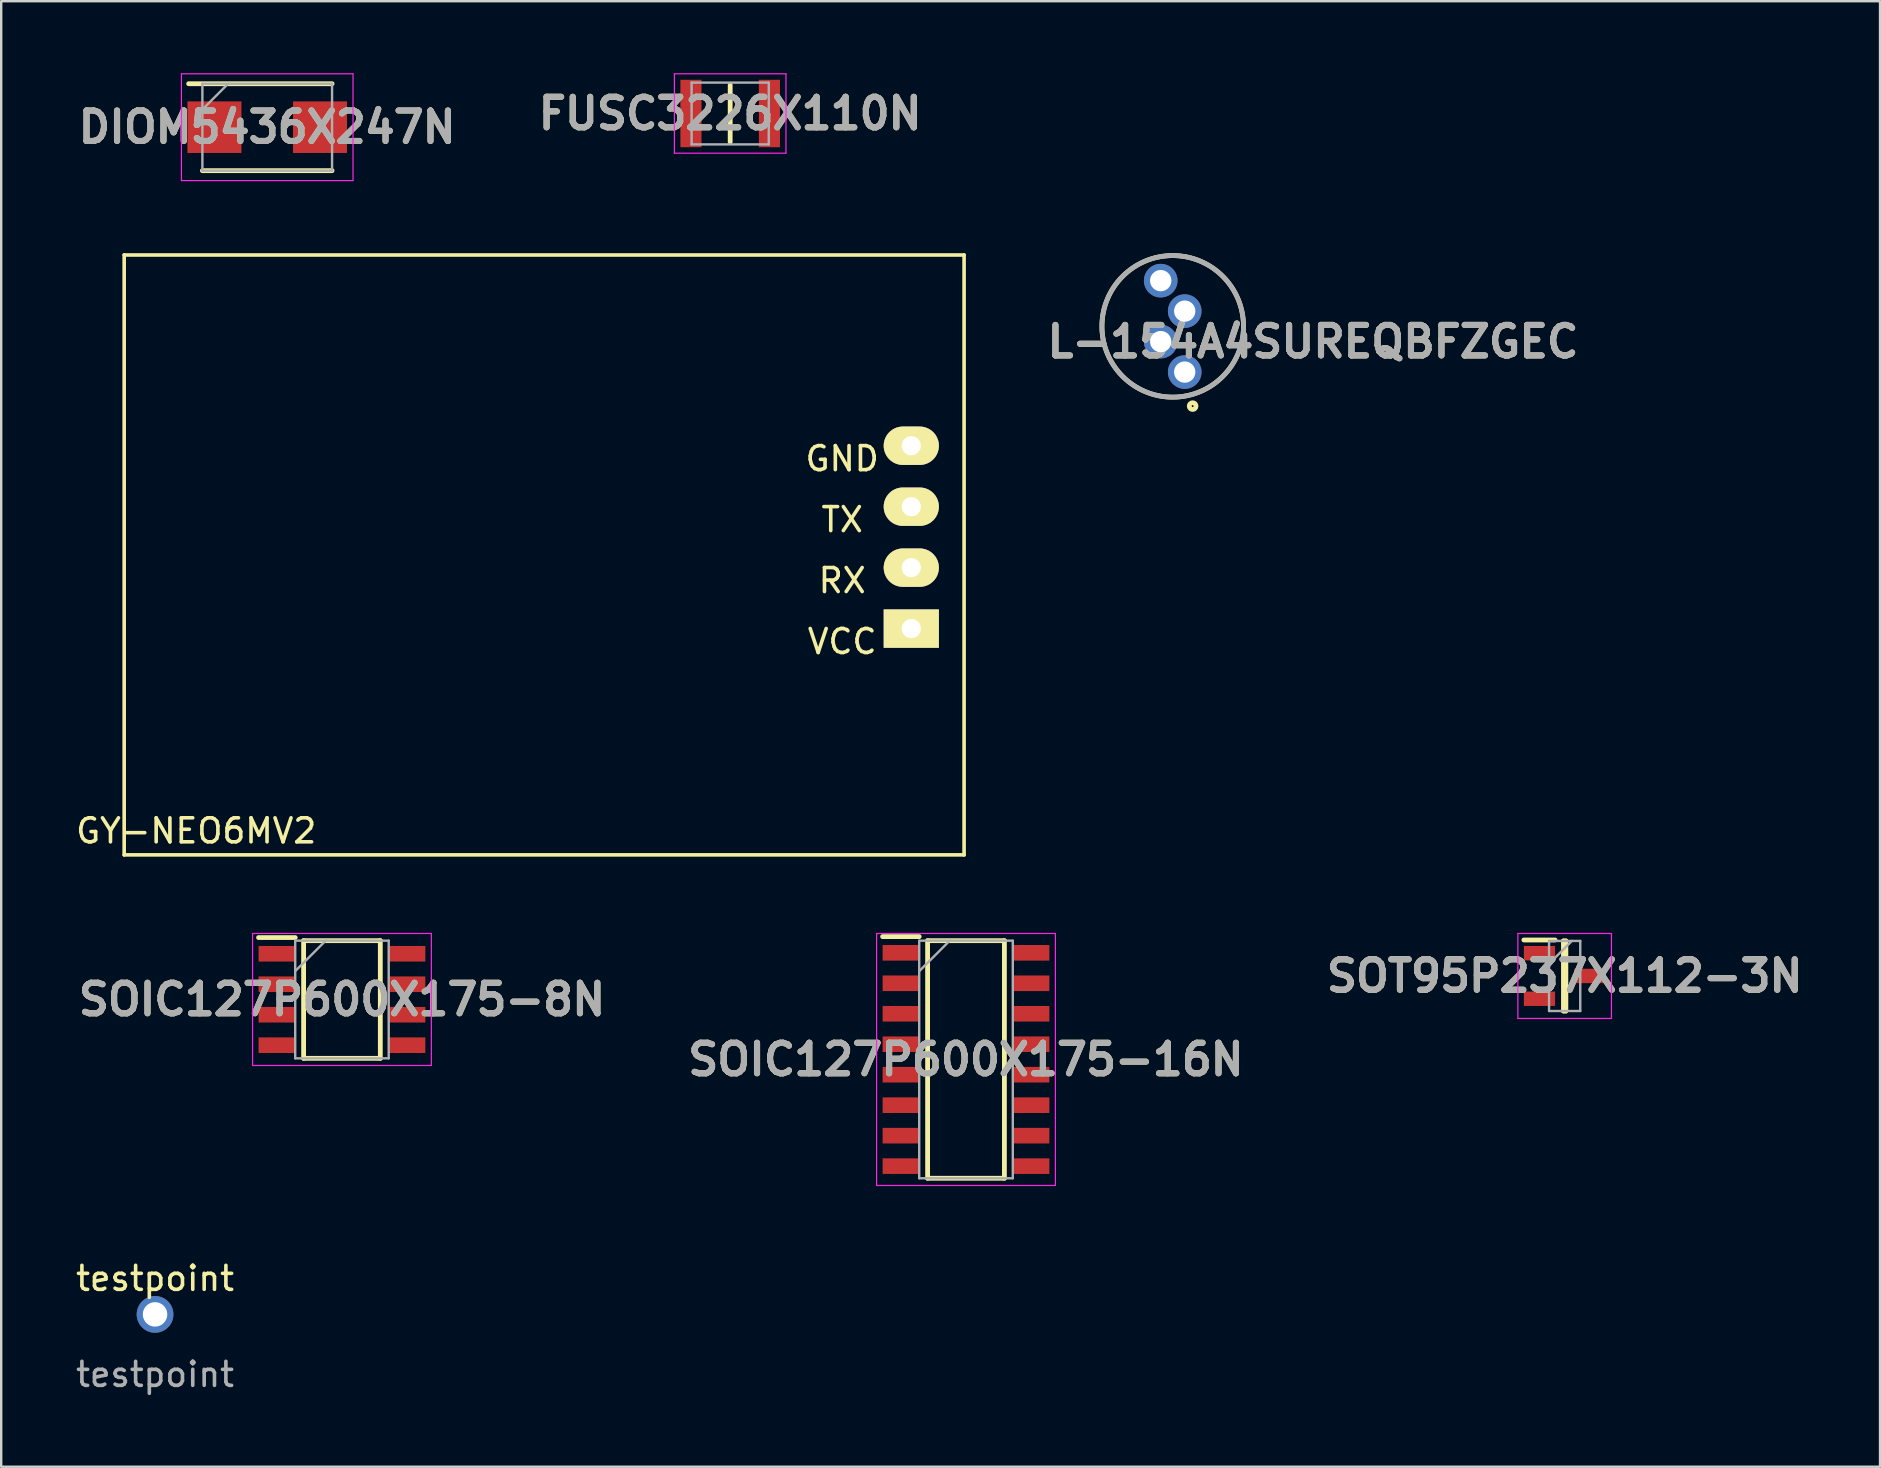
<source format=kicad_pcb>
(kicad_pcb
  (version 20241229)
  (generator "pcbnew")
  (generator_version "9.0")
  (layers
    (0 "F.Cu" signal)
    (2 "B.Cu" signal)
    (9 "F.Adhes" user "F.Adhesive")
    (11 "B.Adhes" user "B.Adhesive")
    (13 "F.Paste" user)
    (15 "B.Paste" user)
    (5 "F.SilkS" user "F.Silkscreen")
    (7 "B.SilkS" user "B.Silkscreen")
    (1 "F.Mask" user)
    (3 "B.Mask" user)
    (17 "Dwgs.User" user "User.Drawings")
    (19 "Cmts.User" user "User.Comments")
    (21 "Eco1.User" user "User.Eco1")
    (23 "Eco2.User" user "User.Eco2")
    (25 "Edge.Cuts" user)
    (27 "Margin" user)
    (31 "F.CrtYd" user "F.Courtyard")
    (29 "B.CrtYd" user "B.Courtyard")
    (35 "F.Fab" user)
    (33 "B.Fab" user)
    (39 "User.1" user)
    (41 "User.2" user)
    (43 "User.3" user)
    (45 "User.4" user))
  (footprint "DIOM5436X247N"
    (layer "F.Cu")
    (at 8.086 2.25)
    (property "Reference" "DIOM5436X247N" (at 0 0 0) (layer "F.SilkS") (effects (font (size 1.27 1.27) (thickness 0.254))))
    (attr smd)
    (fp_line (start -2.702 1.812) (end 2.702 1.812) (stroke (width 0.2) (type solid)) (layer "F.SilkS"))
    (fp_line (start 2.702 -1.812) (end -3.275 -1.812) (stroke (width 0.2) (type solid)) (layer "F.SilkS"))
    (fp_line (start -3.575 -2.225) (end 3.575 -2.225) (stroke (width 0.05) (type solid)) (layer "F.CrtYd"))
    (fp_line (start -3.575 2.225) (end -3.575 -2.225) (stroke (width 0.05) (type solid)) (layer "F.CrtYd"))
    (fp_line (start 3.575 -2.225) (end 3.575 2.225) (stroke (width 0.05) (type solid)) (layer "F.CrtYd"))
    (fp_line (start 3.575 2.225) (end -3.575 2.225) (stroke (width 0.05) (type solid)) (layer "F.CrtYd"))
    (fp_line (start -2.702 -1.812) (end 2.702 -1.812) (stroke (width 0.1) (type solid)) (layer "F.Fab"))
    (fp_line (start -2.702 -0.738) (end -1.628 -1.812) (stroke (width 0.1) (type solid)) (layer "F.Fab"))
    (fp_line (start -2.702 1.812) (end -2.702 -1.812) (stroke (width 0.1) (type solid)) (layer "F.Fab"))
    (fp_line (start 2.702 -1.812) (end 2.702 1.812) (stroke (width 0.1) (type solid)) (layer "F.Fab"))
    (fp_line (start 2.702 1.812) (end -2.702 1.812) (stroke (width 0.1) (type solid)) (layer "F.Fab"))
    (fp_text user "${REFERENCE}" (at 0 0 0) (layer "F.Fab") (effects (font (size 1.27 1.27) (thickness 0.254))))
    (pad "1" smd rect (at -2.2 0 90) (size 2.15 2.25) (layers "F.Cu" "F.Mask" "F.Paste"))
    (pad "2" smd rect (at 2.2 0 90) (size 2.15 2.25) (layers "F.Cu" "F.Mask" "F.Paste")))
  (footprint "testpoint"
    (layer "F.Cu")
    (at 3.411 51.723)
    (property "Reference" "testpoint" (at 0 -1.5 0) (unlocked yes) (layer "F.SilkS") (effects (font (size 1 1) (thickness 0.15))))
    (attr through_hole)
    (fp_text user "${REFERENCE}" (at 0 2.5 0) (unlocked yes) (layer "F.Fab") (effects (font (size 1 1) (thickness 0.15))))
    (pad "1" thru_hole circle (at 0 0) (size 1.53 1.53) (drill 1.02) (layers "*.Cu" "*.Mask")))
  (footprint "GY-NEO6MV2"
    (layer "F.Cu")
    (at 37.125 32.575)
    (property "Reference" "GY-NEO6MV2" (at -32 -1 0) (layer "F.SilkS") (effects (font (size 1 1) (thickness 0.15))))
    (attr through_hole)
    (fp_line (start -35 -25) (end -35 0) (stroke (width 0.15) (type solid)) (layer "F.SilkS"))
    (fp_line (start -35 0) (end 0 0) (stroke (width 0.15) (type solid)) (layer "F.SilkS"))
    (fp_line (start 0 -25) (end -35 -25) (stroke (width 0.15) (type solid)) (layer "F.SilkS"))
    (fp_line (start 0 0) (end 0 -25) (stroke (width 0.15) (type solid)) (layer "F.SilkS"))
    (fp_text user "VCC" (at -5.08 -8.89 0) (layer "F.SilkS") (effects (font (size 1 1) (thickness 0.15))))
    (fp_text user "TX" (at -5.08 -13.97 0) (layer "F.SilkS") (effects (font (size 1 1) (thickness 0.15))))
    (fp_text user "RX" (at -5.08 -11.43 0) (layer "F.SilkS") (effects (font (size 1 1) (thickness 0.15))))
    (fp_text user "GND" (at -5.08 -16.51 0) (layer "F.SilkS") (effects (font (size 1 1) (thickness 0.15))))
    (pad "1" thru_hole rect (at -2.2 -9.43) (size 2.3 1.6) (drill 0.8) (layers "*.Cu" "*.Mask" "F.SilkS"))
    (pad "2" thru_hole oval (at -2.2 -11.97) (size 2.3 1.6) (drill 0.8) (layers "*.Cu" "*.Mask" "F.SilkS"))
    (pad "3" thru_hole oval (at -2.2 -14.51) (size 2.3 1.6) (drill 0.8) (layers "*.Cu" "*.Mask" "F.SilkS"))
    (pad "4" thru_hole oval (at -2.2 -17.05) (size 2.3 1.6) (drill 0.8) (layers "*.Cu" "*.Mask" "F.SilkS")))
  (footprint "SOIC127P600X175-16N"
    (layer "F.Cu")
    (at 37.205 41.1)
    (property "Reference" "SOIC127P600X175-16N" (at 0 0 0) (layer "F.SilkS") (effects (font (size 1.27 1.27) (thickness 0.254))))
    (attr smd)
    (fp_line (start -3.475 -5.12) (end -1.95 -5.12) (stroke (width 0.2) (type solid)) (layer "F.SilkS"))
    (fp_line (start -1.6 -4.95) (end 1.6 -4.95) (stroke (width 0.2) (type solid)) (layer "F.SilkS"))
    (fp_line (start -1.6 4.95) (end -1.6 -4.95) (stroke (width 0.2) (type solid)) (layer "F.SilkS"))
    (fp_line (start 1.6 -4.95) (end 1.6 4.95) (stroke (width 0.2) (type solid)) (layer "F.SilkS"))
    (fp_line (start 1.6 4.95) (end -1.6 4.95) (stroke (width 0.2) (type solid)) (layer "F.SilkS"))
    (fp_line (start -3.725 -5.25) (end 3.725 -5.25) (stroke (width 0.05) (type solid)) (layer "F.CrtYd"))
    (fp_line (start -3.725 5.25) (end -3.725 -5.25) (stroke (width 0.05) (type solid)) (layer "F.CrtYd"))
    (fp_line (start 3.725 -5.25) (end 3.725 5.25) (stroke (width 0.05) (type solid)) (layer "F.CrtYd"))
    (fp_line (start 3.725 5.25) (end -3.725 5.25) (stroke (width 0.05) (type solid)) (layer "F.CrtYd"))
    (fp_line (start -1.95 -4.95) (end 1.95 -4.95) (stroke (width 0.1) (type solid)) (layer "F.Fab"))
    (fp_line (start -1.95 -3.68) (end -0.68 -4.95) (stroke (width 0.1) (type solid)) (layer "F.Fab"))
    (fp_line (start -1.95 4.95) (end -1.95 -4.95) (stroke (width 0.1) (type solid)) (layer "F.Fab"))
    (fp_line (start 1.95 -4.95) (end 1.95 4.95) (stroke (width 0.1) (type solid)) (layer "F.Fab"))
    (fp_line (start 1.95 4.95) (end -1.95 4.95) (stroke (width 0.1) (type solid)) (layer "F.Fab"))
    (fp_text user "${REFERENCE}" (at 0 0 0) (layer "F.Fab") (effects (font (size 1.27 1.27) (thickness 0.254))))
    (pad "1" smd rect (at -2.712 -4.445 90) (size 0.65 1.525) (layers "F.Cu" "F.Mask" "F.Paste"))
    (pad "2" smd rect (at -2.712 -3.175 90) (size 0.65 1.525) (layers "F.Cu" "F.Mask" "F.Paste"))
    (pad "3" smd rect (at -2.712 -1.905 90) (size 0.65 1.525) (layers "F.Cu" "F.Mask" "F.Paste"))
    (pad "4" smd rect (at -2.712 -0.635 90) (size 0.65 1.525) (layers "F.Cu" "F.Mask" "F.Paste"))
    (pad "5" smd rect (at -2.712 0.635 90) (size 0.65 1.525) (layers "F.Cu" "F.Mask" "F.Paste"))
    (pad "6" smd rect (at -2.712 1.905 90) (size 0.65 1.525) (layers "F.Cu" "F.Mask" "F.Paste"))
    (pad "7" smd rect (at -2.712 3.175 90) (size 0.65 1.525) (layers "F.Cu" "F.Mask" "F.Paste"))
    (pad "8" smd rect (at -2.712 4.445 90) (size 0.65 1.525) (layers "F.Cu" "F.Mask" "F.Paste"))
    (pad "9" smd rect (at 2.712 4.445 90) (size 0.65 1.525) (layers "F.Cu" "F.Mask" "F.Paste"))
    (pad "10" smd rect (at 2.712 3.175 90) (size 0.65 1.525) (layers "F.Cu" "F.Mask" "F.Paste"))
    (pad "11" smd rect (at 2.712 1.905 90) (size 0.65 1.525) (layers "F.Cu" "F.Mask" "F.Paste"))
    (pad "12" smd rect (at 2.712 0.635 90) (size 0.65 1.525) (layers "F.Cu" "F.Mask" "F.Paste"))
    (pad "13" smd rect (at 2.712 -0.635 90) (size 0.65 1.525) (layers "F.Cu" "F.Mask" "F.Paste"))
    (pad "14" smd rect (at 2.712 -1.905 90) (size 0.65 1.525) (layers "F.Cu" "F.Mask" "F.Paste"))
    (pad "15" smd rect (at 2.712 -3.175 90) (size 0.65 1.525) (layers "F.Cu" "F.Mask" "F.Paste"))
    (pad "16" smd rect (at 2.712 -4.445 90) (size 0.65 1.525) (layers "F.Cu" "F.Mask" "F.Paste")))
  (footprint "SOIC127P600X175-8N"
    (layer "F.Cu")
    (at 11.2 38.6)
    (property "Reference" "SOIC127P600X175-8N" (at 0 0 0) (layer "F.SilkS") (effects (font (size 1.27 1.27) (thickness 0.254))))
    (attr smd)
    (fp_line (start -3.475 -2.58) (end -1.948 -2.58) (stroke (width 0.2) (type solid)) (layer "F.SilkS"))
    (fp_line (start -1.598 -2.452) (end 1.598 -2.452) (stroke (width 0.2) (type solid)) (layer "F.SilkS"))
    (fp_line (start -1.598 2.452) (end -1.598 -2.452) (stroke (width 0.2) (type solid)) (layer "F.SilkS"))
    (fp_line (start 1.598 -2.452) (end 1.598 2.452) (stroke (width 0.2) (type solid)) (layer "F.SilkS"))
    (fp_line (start 1.598 2.452) (end -1.598 2.452) (stroke (width 0.2) (type solid)) (layer "F.SilkS"))
    (fp_line (start -3.725 -2.75) (end 3.725 -2.75) (stroke (width 0.05) (type solid)) (layer "F.CrtYd"))
    (fp_line (start -3.725 2.75) (end -3.725 -2.75) (stroke (width 0.05) (type solid)) (layer "F.CrtYd"))
    (fp_line (start 3.725 -2.75) (end 3.725 2.75) (stroke (width 0.05) (type solid)) (layer "F.CrtYd"))
    (fp_line (start 3.725 2.75) (end -3.725 2.75) (stroke (width 0.05) (type solid)) (layer "F.CrtYd"))
    (fp_line (start -1.948 -2.452) (end 1.948 -2.452) (stroke (width 0.1) (type solid)) (layer "F.Fab"))
    (fp_line (start -1.948 -1.182) (end -0.678 -2.452) (stroke (width 0.1) (type solid)) (layer "F.Fab"))
    (fp_line (start -1.948 2.452) (end -1.948 -2.452) (stroke (width 0.1) (type solid)) (layer "F.Fab"))
    (fp_line (start 1.948 -2.452) (end 1.948 2.452) (stroke (width 0.1) (type solid)) (layer "F.Fab"))
    (fp_line (start 1.948 2.452) (end -1.948 2.452) (stroke (width 0.1) (type solid)) (layer "F.Fab"))
    (fp_text user "${REFERENCE}" (at 0 0 0) (layer "F.Fab") (effects (font (size 1.27 1.27) (thickness 0.254))))
    (pad "1" smd rect (at -2.711 -1.905 90) (size 0.65 1.528) (layers "F.Cu" "F.Mask" "F.Paste"))
    (pad "2" smd rect (at -2.711 -0.635 90) (size 0.65 1.528) (layers "F.Cu" "F.Mask" "F.Paste"))
    (pad "3" smd rect (at -2.711 0.635 90) (size 0.65 1.528) (layers "F.Cu" "F.Mask" "F.Paste"))
    (pad "4" smd rect (at -2.711 1.905 90) (size 0.65 1.528) (layers "F.Cu" "F.Mask" "F.Paste"))
    (pad "5" smd rect (at 2.711 1.905 90) (size 0.65 1.528) (layers "F.Cu" "F.Mask" "F.Paste"))
    (pad "6" smd rect (at 2.711 0.635 90) (size 0.65 1.528) (layers "F.Cu" "F.Mask" "F.Paste"))
    (pad "7" smd rect (at 2.711 -0.635 90) (size 0.65 1.528) (layers "F.Cu" "F.Mask" "F.Paste"))
    (pad "8" smd rect (at 2.711 -1.905 90) (size 0.65 1.528) (layers "F.Cu" "F.Mask" "F.Paste")))
  (footprint "L-154A4SUREQBFZGEC"
    (layer "F.Cu")
    (at 45.819 10.55)
    (property "Reference" "L-154A4SUREQBFZGEC" (at 5.847 0.636 0) (layer "F.SilkS") (effects (font (size 1.27 1.27) (thickness 0.254))))
    (attr through_hole)
    (fp_circle (center 0 0) (end 0 2.95) (stroke (width 0.2) (type solid)) (fill no) (layer "F.SilkS"))
    (fp_circle (center 0.83 3.323) (end 0.83 3.364) (stroke (width 0.2) (type solid)) (fill no) (layer "F.SilkS"))
    (fp_circle (center 0 0) (end 0 2.95) (stroke (width 0.2) (type solid)) (fill no) (layer "F.Fab"))
    (fp_text user "${REFERENCE}" (at 5.847 0.636 0) (layer "F.Fab") (effects (font (size 1.27 1.27) (thickness 0.254))))
    (pad "1" thru_hole circle (at 0.5 1.905) (size 1.4 1.4) (drill 0.889) (layers "*.Cu" "*.Mask"))
    (pad "2" thru_hole circle (at -0.5 0.635) (size 1.4 1.4) (drill 0.889) (layers "*.Cu" "*.Mask"))
    (pad "3" thru_hole circle (at 0.5 -0.635) (size 1.4 1.4) (drill 0.889) (layers "*.Cu" "*.Mask"))
    (pad "4" thru_hole circle (at -0.5 -1.905) (size 1.4 1.4) (drill 0.889) (layers "*.Cu" "*.Mask")))
  (footprint "FUSC3226X110N"
    (layer "F.Cu")
    (at 27.378 1.68)
    (property "Reference" "FUSC3226X110N" (at 0 0 0) (layer "F.SilkS") (effects (font (size 1.27 1.27) (thickness 0.254))))
    (attr smd)
    (fp_line (start 0 -1.188) (end 0 1.188) (stroke (width 0.2) (type solid)) (layer "F.SilkS"))
    (fp_line (start -2.325 -1.655) (end 2.325 -1.655) (stroke (width 0.05) (type solid)) (layer "F.CrtYd"))
    (fp_line (start -2.325 1.655) (end -2.325 -1.655) (stroke (width 0.05) (type solid)) (layer "F.CrtYd"))
    (fp_line (start 2.325 -1.655) (end 2.325 1.655) (stroke (width 0.05) (type solid)) (layer "F.CrtYd"))
    (fp_line (start 2.325 1.655) (end -2.325 1.655) (stroke (width 0.05) (type solid)) (layer "F.CrtYd"))
    (fp_line (start -1.608 -1.288) (end 1.608 -1.288) (stroke (width 0.1) (type solid)) (layer "F.Fab"))
    (fp_line (start -1.608 1.288) (end -1.608 -1.288) (stroke (width 0.1) (type solid)) (layer "F.Fab"))
    (fp_line (start 1.608 -1.288) (end 1.608 1.288) (stroke (width 0.1) (type solid)) (layer "F.Fab"))
    (fp_line (start 1.608 1.288) (end -1.608 1.288) (stroke (width 0.1) (type solid)) (layer "F.Fab"))
    (fp_text user "${REFERENCE}" (at 0 0 0) (layer "F.Fab") (effects (font (size 1.27 1.27) (thickness 0.254))))
    (pad "1" smd rect (at -1.635 0) (size 0.88 2.81) (layers "F.Cu" "F.Mask" "F.Paste"))
    (pad "2" smd rect (at 1.635 0) (size 0.88 2.81) (layers "F.Cu" "F.Mask" "F.Paste")))
  (footprint "SOT95P237X112-3N"
    (layer "F.Cu")
    (at 62.152 37.62)
    (property "Reference" "SOT95P237X112-3N" (at 0 0 0) (layer "F.SilkS") (effects (font (size 1.27 1.27) (thickness 0.254))))
    (attr smd)
    (fp_line (start -1.7 -1.5) (end -0.4 -1.5) (stroke (width 0.2) (type solid)) (layer "F.SilkS"))
    (fp_line (start -0.05 -1.46) (end 0.05 -1.46) (stroke (width 0.2) (type solid)) (layer "F.SilkS"))
    (fp_line (start -0.05 1.46) (end -0.05 -1.46) (stroke (width 0.2) (type solid)) (layer "F.SilkS"))
    (fp_line (start 0.05 -1.46) (end 0.05 1.46) (stroke (width 0.2) (type solid)) (layer "F.SilkS"))
    (fp_line (start 0.05 1.46) (end -0.05 1.46) (stroke (width 0.2) (type solid)) (layer "F.SilkS"))
    (fp_line (start -1.95 -1.77) (end 1.95 -1.77) (stroke (width 0.05) (type solid)) (layer "F.CrtYd"))
    (fp_line (start -1.95 1.77) (end -1.95 -1.77) (stroke (width 0.05) (type solid)) (layer "F.CrtYd"))
    (fp_line (start 1.95 -1.77) (end 1.95 1.77) (stroke (width 0.05) (type solid)) (layer "F.CrtYd"))
    (fp_line (start 1.95 1.77) (end -1.95 1.77) (stroke (width 0.05) (type solid)) (layer "F.CrtYd"))
    (fp_line (start -0.65 -1.46) (end 0.65 -1.46) (stroke (width 0.1) (type solid)) (layer "F.Fab"))
    (fp_line (start -0.65 -0.51) (end 0.3 -1.46) (stroke (width 0.1) (type solid)) (layer "F.Fab"))
    (fp_line (start -0.65 1.46) (end -0.65 -1.46) (stroke (width 0.1) (type solid)) (layer "F.Fab"))
    (fp_line (start 0.65 -1.46) (end 0.65 1.46) (stroke (width 0.1) (type solid)) (layer "F.Fab"))
    (fp_line (start 0.65 1.46) (end -0.65 1.46) (stroke (width 0.1) (type solid)) (layer "F.Fab"))
    (fp_text user "${REFERENCE}" (at 0 0 0) (layer "F.Fab") (effects (font (size 1.27 1.27) (thickness 0.254))))
    (pad "1" smd rect (at -1.05 -0.95 90) (size 0.6 1.3) (layers "F.Cu" "F.Mask" "F.Paste"))
    (pad "2" smd rect (at -1.05 0.95 90) (size 0.6 1.3) (layers "F.Cu" "F.Mask" "F.Paste"))
    (pad "3" smd rect (at 1.05 0 90) (size 0.6 1.3) (layers "F.Cu" "F.Mask" "F.Paste")))
  (gr_rect
    (start -3 -3)
    (end 75.294 58.072)
    (stroke (width 0.1) (type default))
    (fill no)
    (layer "Edge.Cuts")))
</source>
